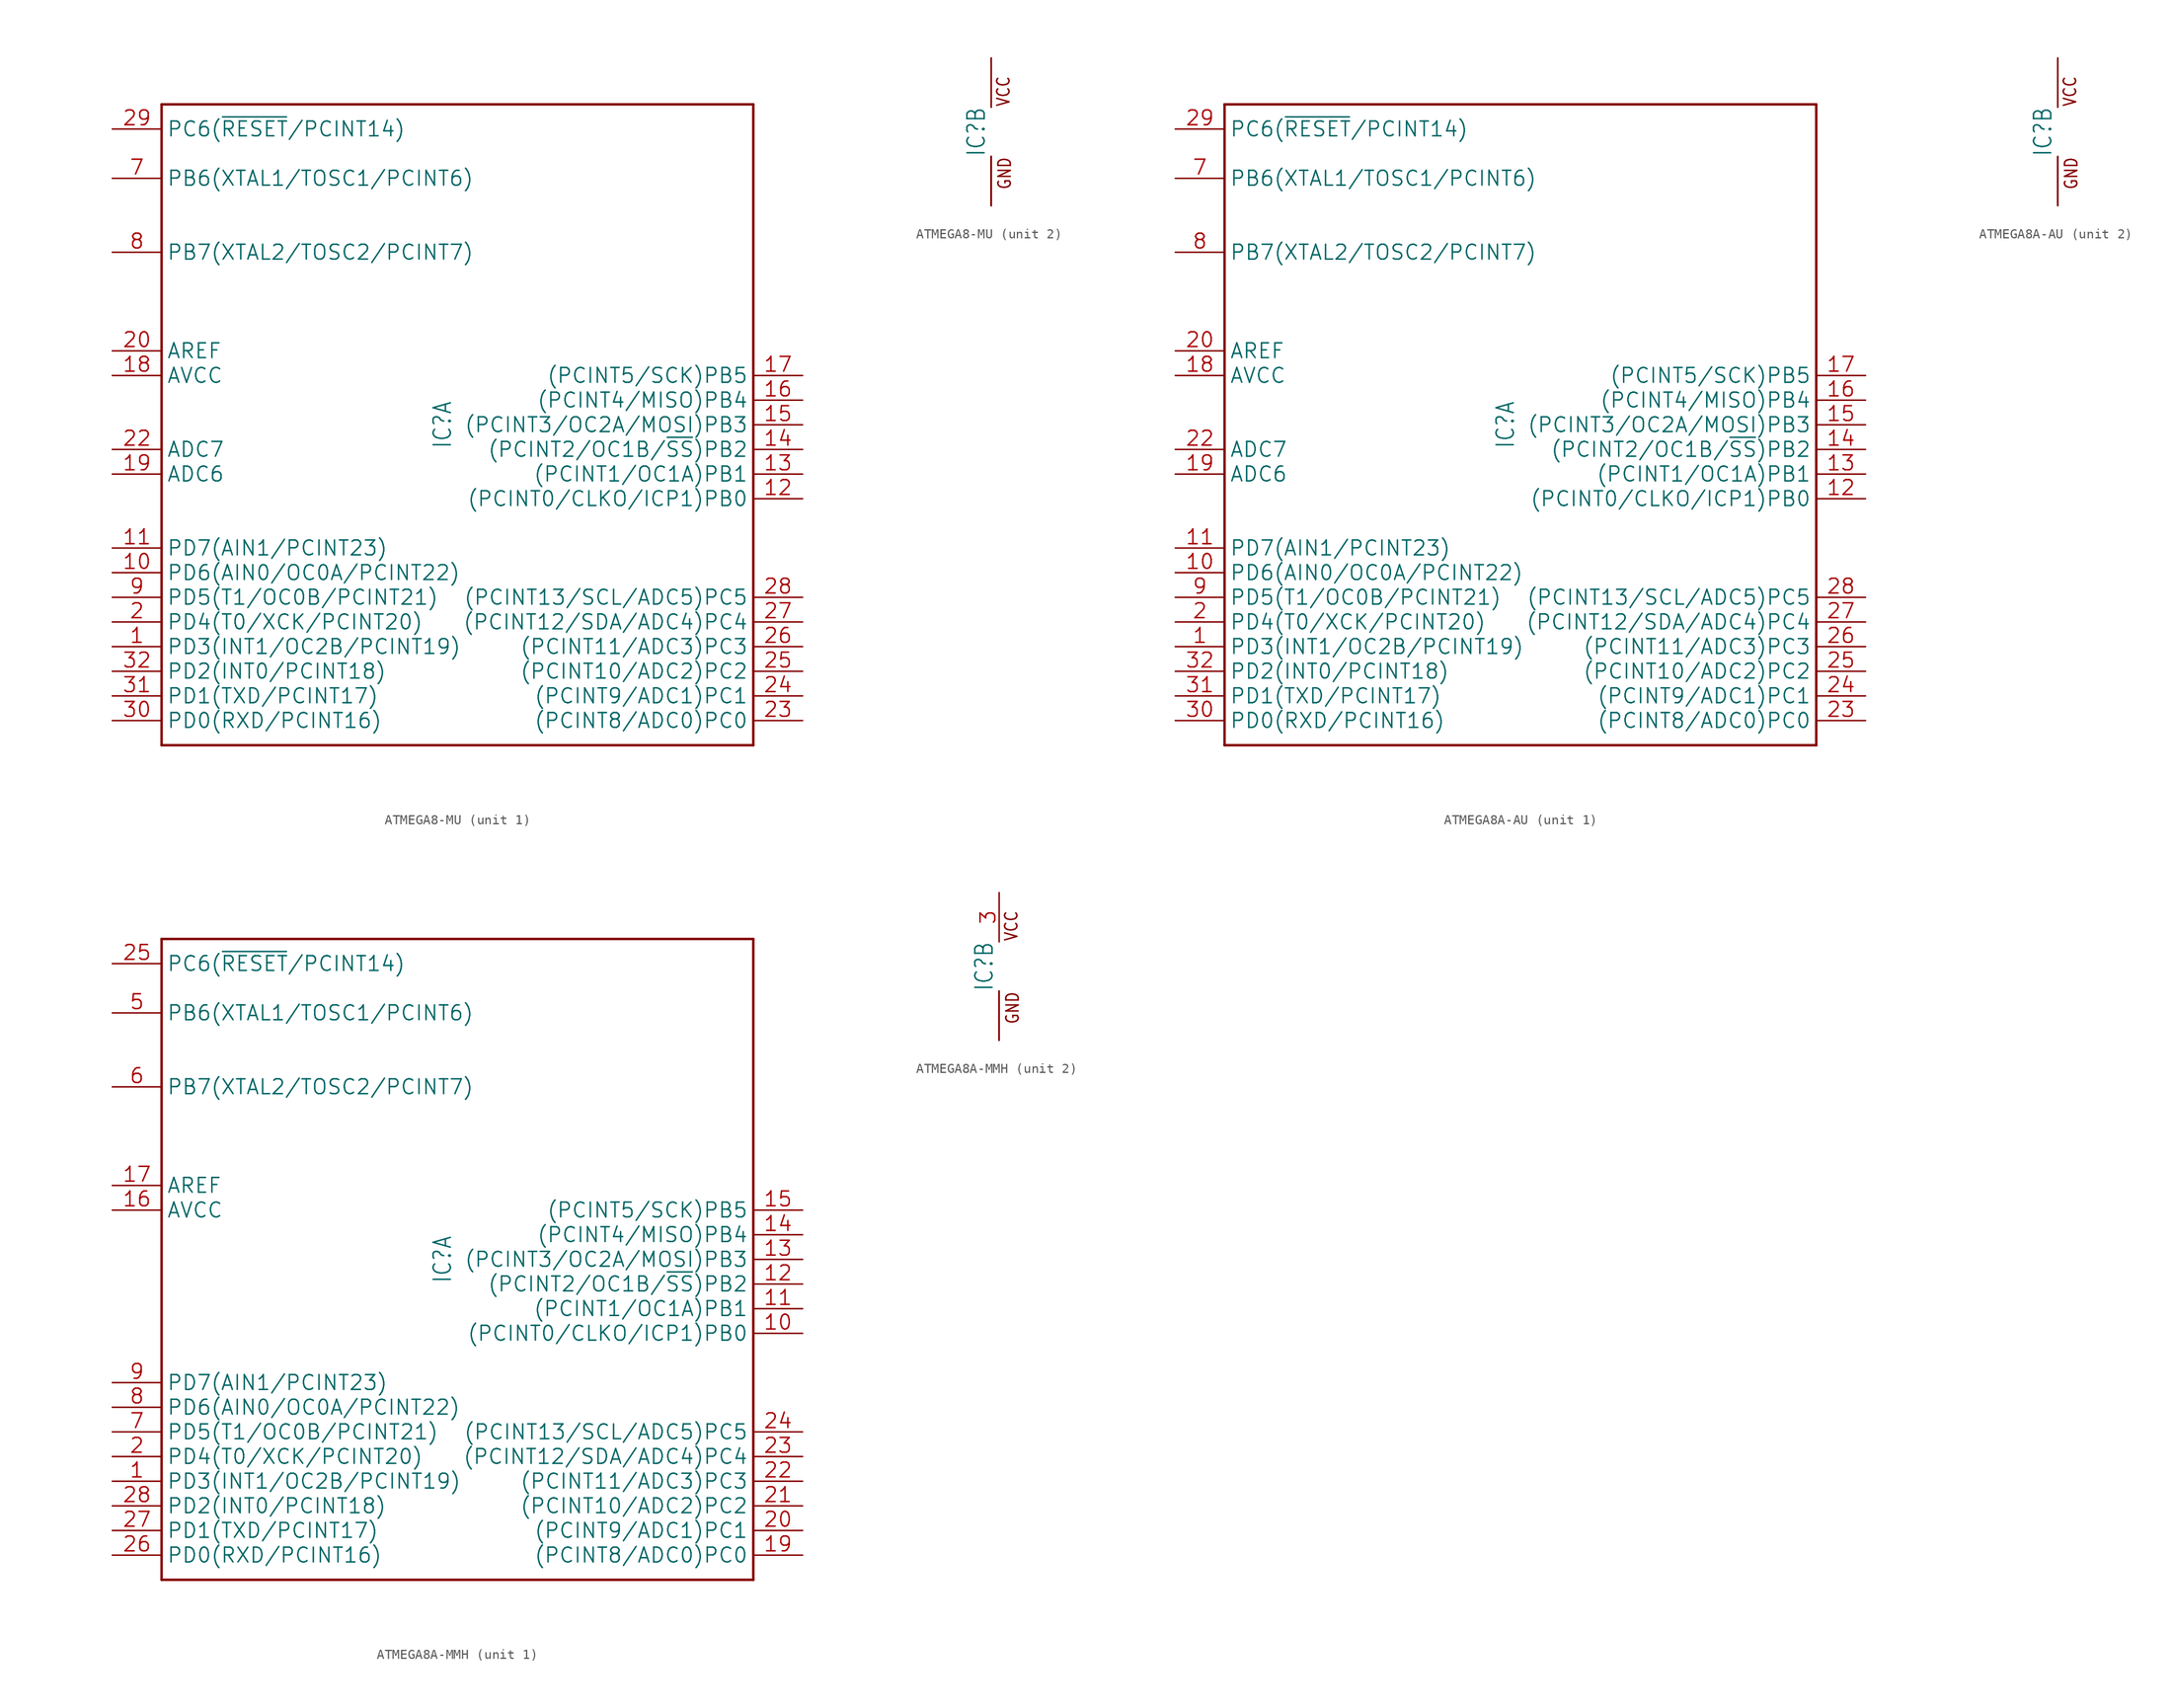
<source format=kicad_sym>
(kicad_symbol_lib
  (version 20241209)
  (generator "kicad_symbol_editor")
  (generator_version "9.0")
  (symbol "ATMEGA8-MU"
    (property "Reference" "IC"
      (at -0.508 0 90)
      (effects (font (size 1.778 1.511)) (justify bottom)))
    (property "ki_locked" ""
      (at 0 0 0)
      (effects (font (size 1.27 1.27))))
    (symbol "ATMEGA8-MU_1_0"
      (polyline (pts (xy -30.48 33.02) (xy 30.48 33.02)) (stroke (width 0.254) (type solid)) (fill (type none)))
      (polyline (pts (xy -30.48 -33.02) (xy -30.48 33.02)) (stroke (width 0.254) (type solid)) (fill (type none)))
      (polyline (pts (xy 30.48 33.02) (xy 30.48 -33.02)) (stroke (width 0.254) (type solid)) (fill (type none)))
      (polyline (pts (xy 30.48 -33.02) (xy -30.48 -33.02)) (stroke (width 0.254) (type solid)) (fill (type none)))
      (pin bidirectional line (at -35.56 30.48 0) (length 5.08) (name "PC6(~{RESET}/PCINT14)" (effects (font (size 1.524 1.524)))) (number "29" (effects (font (size 1.524 1.524)))))
      (pin bidirectional line (at -35.56 25.4 0) (length 5.08) (name "PB6(XTAL1/TOSC1/PCINT6)" (effects (font (size 1.524 1.524)))) (number "7" (effects (font (size 1.524 1.524)))))
      (pin bidirectional line (at -35.56 17.78 0) (length 5.08) (name "PB7(XTAL2/TOSC2/PCINT7)" (effects (font (size 1.524 1.524)))) (number "8" (effects (font (size 1.524 1.524)))))
      (pin passive line (at -35.56 7.62 0) (length 5.08) (name "AREF" (effects (font (size 1.524 1.524)))) (number "20" (effects (font (size 1.524 1.524)))))
      (pin power_in line (at -35.56 5.08 0) (length 5.08) (name "AVCC" (effects (font (size 1.524 1.524)))) (number "18" (effects (font (size 1.524 1.524)))))
      (pin bidirectional line (at -35.56 -2.54 0) (length 5.08) (name "ADC7" (effects (font (size 1.524 1.524)))) (number "22" (effects (font (size 1.524 1.524)))))
      (pin bidirectional line (at -35.56 -5.08 0) (length 5.08) (name "ADC6" (effects (font (size 1.524 1.524)))) (number "19" (effects (font (size 1.524 1.524)))))
      (pin bidirectional line (at -35.56 -12.7 0) (length 5.08) (name "PD7(AIN1/PCINT23)" (effects (font (size 1.524 1.524)))) (number "11" (effects (font (size 1.524 1.524)))))
      (pin bidirectional line (at -35.56 -15.24 0) (length 5.08) (name "PD6(AIN0/OC0A/PCINT22)" (effects (font (size 1.524 1.524)))) (number "10" (effects (font (size 1.524 1.524)))))
      (pin bidirectional line (at -35.56 -17.78 0) (length 5.08) (name "PD5(T1/OC0B/PCINT21)" (effects (font (size 1.524 1.524)))) (number "9" (effects (font (size 1.524 1.524)))))
      (pin bidirectional line (at -35.56 -20.32 0) (length 5.08) (name "PD4(T0/XCK/PCINT20)" (effects (font (size 1.524 1.524)))) (number "2" (effects (font (size 1.524 1.524)))))
      (pin bidirectional line (at -35.56 -22.86 0) (length 5.08) (name "PD3(INT1/OC2B/PCINT19)" (effects (font (size 1.524 1.524)))) (number "1" (effects (font (size 1.524 1.524)))))
      (pin bidirectional line (at -35.56 -25.4 0) (length 5.08) (name "PD2(INT0/PCINT18)" (effects (font (size 1.524 1.524)))) (number "32" (effects (font (size 1.524 1.524)))))
      (pin bidirectional line (at -35.56 -27.94 0) (length 5.08) (name "PD1(TXD/PCINT17)" (effects (font (size 1.524 1.524)))) (number "31" (effects (font (size 1.524 1.524)))))
      (pin bidirectional line (at -35.56 -30.48 0) (length 5.08) (name "PD0(RXD/PCINT16)" (effects (font (size 1.524 1.524)))) (number "30" (effects (font (size 1.524 1.524)))))
      (pin bidirectional line (at 35.56 5.08 180) (length 5.08) (name "(PCINT5/SCK)PB5" (effects (font (size 1.524 1.524)))) (number "17" (effects (font (size 1.524 1.524)))))
      (pin bidirectional line (at 35.56 2.54 180) (length 5.08) (name "(PCINT4/MISO)PB4" (effects (font (size 1.524 1.524)))) (number "16" (effects (font (size 1.524 1.524)))))
      (pin bidirectional line (at 35.56 0 180) (length 5.08) (name "(PCINT3/OC2A/MOSI)PB3" (effects (font (size 1.524 1.524)))) (number "15" (effects (font (size 1.524 1.524)))))
      (pin bidirectional line (at 35.56 -2.54 180) (length 5.08) (name "(PCINT2/OC1B/~{SS})PB2" (effects (font (size 1.524 1.524)))) (number "14" (effects (font (size 1.524 1.524)))))
      (pin bidirectional line (at 35.56 -5.08 180) (length 5.08) (name "(PCINT1/OC1A)PB1" (effects (font (size 1.524 1.524)))) (number "13" (effects (font (size 1.524 1.524)))))
      (pin bidirectional line (at 35.56 -7.62 180) (length 5.08) (name "(PCINT0/CLKO/ICP1)PB0" (effects (font (size 1.524 1.524)))) (number "12" (effects (font (size 1.524 1.524)))))
      (pin bidirectional line (at 35.56 -17.78 180) (length 5.08) (name "(PCINT13/SCL/ADC5)PC5" (effects (font (size 1.524 1.524)))) (number "28" (effects (font (size 1.524 1.524)))))
      (pin bidirectional line (at 35.56 -20.32 180) (length 5.08) (name "(PCINT12/SDA/ADC4)PC4" (effects (font (size 1.524 1.524)))) (number "27" (effects (font (size 1.524 1.524)))))
      (pin bidirectional line (at 35.56 -22.86 180) (length 5.08) (name "(PCINT11/ADC3)PC3" (effects (font (size 1.524 1.524)))) (number "26" (effects (font (size 1.524 1.524)))))
      (pin bidirectional line (at 35.56 -25.4 180) (length 5.08) (name "(PCINT10/ADC2)PC2" (effects (font (size 1.524 1.524)))) (number "25" (effects (font (size 1.524 1.524)))))
      (pin bidirectional line (at 35.56 -27.94 180) (length 5.08) (name "(PCINT9/ADC1)PC1" (effects (font (size 1.524 1.524)))) (number "24" (effects (font (size 1.524 1.524)))))
      (pin bidirectional line (at 35.56 -30.48 180) (length 5.08) (name "(PCINT8/ADC0)PC0" (effects (font (size 1.524 1.524)))) (number "23" (effects (font (size 1.524 1.524))))))
    (symbol "ATMEGA8-MU_2_0"
      (text "VCC" (at 0.508 2.54 900) (effects (font (size 1.27 1.079)) (justify left top)))
      (text "GND" (at 0.635 -2.54 900) (effects (font (size 1.27 1.079)) (justify right top)))
      (pin power_in line (at 0 7.62 270) (length 5.08) (name "VCC" (effects (font (size 0 0)))) (number "4" (effects (font (size 0 0)))))
      (pin power_in line (at 0 7.62 270) (length 5.08) (name "VCC" (effects (font (size 0 0)))) (number "6" (effects (font (size 0 0)))))
      (pin power_in line (at 0 -7.62 90) (length 5.08) (name "GND" (effects (font (size 0 0)))) (number "21" (effects (font (size 0 0)))))
      (pin power_in line (at 0 -7.62 90) (length 5.08) (name "GND" (effects (font (size 0 0)))) (number "3" (effects (font (size 0 0)))))
      (pin power_in line (at 0 -7.62 90) (length 5.08) (name "GND" (effects (font (size 0 0)))) (number "5" (effects (font (size 0 0)))))
      (pin power_in line (at 0 -7.62 90) (length 5.08) (name "GND" (effects (font (size 0 0)))) (number "EXP" (effects (font (size 0 0)))))))
  (symbol "ATMEGA8A-AU"
    (property "Reference" "IC"
      (at -0.508 0 90)
      (effects (font (size 1.778 1.511)) (justify bottom)))
    (property "ki_locked" ""
      (at 0 0 0)
      (effects (font (size 1.27 1.27))))
    (symbol "ATMEGA8A-AU_1_0"
      (polyline (pts (xy -30.48 33.02) (xy 30.48 33.02)) (stroke (width 0.254) (type solid)) (fill (type none)))
      (polyline (pts (xy -30.48 -33.02) (xy -30.48 33.02)) (stroke (width 0.254) (type solid)) (fill (type none)))
      (polyline (pts (xy 30.48 33.02) (xy 30.48 -33.02)) (stroke (width 0.254) (type solid)) (fill (type none)))
      (polyline (pts (xy 30.48 -33.02) (xy -30.48 -33.02)) (stroke (width 0.254) (type solid)) (fill (type none)))
      (pin bidirectional line (at -35.56 30.48 0) (length 5.08) (name "PC6(~{RESET}/PCINT14)" (effects (font (size 1.524 1.524)))) (number "29" (effects (font (size 1.524 1.524)))))
      (pin bidirectional line (at -35.56 25.4 0) (length 5.08) (name "PB6(XTAL1/TOSC1/PCINT6)" (effects (font (size 1.524 1.524)))) (number "7" (effects (font (size 1.524 1.524)))))
      (pin bidirectional line (at -35.56 17.78 0) (length 5.08) (name "PB7(XTAL2/TOSC2/PCINT7)" (effects (font (size 1.524 1.524)))) (number "8" (effects (font (size 1.524 1.524)))))
      (pin passive line (at -35.56 7.62 0) (length 5.08) (name "AREF" (effects (font (size 1.524 1.524)))) (number "20" (effects (font (size 1.524 1.524)))))
      (pin power_in line (at -35.56 5.08 0) (length 5.08) (name "AVCC" (effects (font (size 1.524 1.524)))) (number "18" (effects (font (size 1.524 1.524)))))
      (pin bidirectional line (at -35.56 -2.54 0) (length 5.08) (name "ADC7" (effects (font (size 1.524 1.524)))) (number "22" (effects (font (size 1.524 1.524)))))
      (pin bidirectional line (at -35.56 -5.08 0) (length 5.08) (name "ADC6" (effects (font (size 1.524 1.524)))) (number "19" (effects (font (size 1.524 1.524)))))
      (pin bidirectional line (at -35.56 -12.7 0) (length 5.08) (name "PD7(AIN1/PCINT23)" (effects (font (size 1.524 1.524)))) (number "11" (effects (font (size 1.524 1.524)))))
      (pin bidirectional line (at -35.56 -15.24 0) (length 5.08) (name "PD6(AIN0/OC0A/PCINT22)" (effects (font (size 1.524 1.524)))) (number "10" (effects (font (size 1.524 1.524)))))
      (pin bidirectional line (at -35.56 -17.78 0) (length 5.08) (name "PD5(T1/OC0B/PCINT21)" (effects (font (size 1.524 1.524)))) (number "9" (effects (font (size 1.524 1.524)))))
      (pin bidirectional line (at -35.56 -20.32 0) (length 5.08) (name "PD4(T0/XCK/PCINT20)" (effects (font (size 1.524 1.524)))) (number "2" (effects (font (size 1.524 1.524)))))
      (pin bidirectional line (at -35.56 -22.86 0) (length 5.08) (name "PD3(INT1/OC2B/PCINT19)" (effects (font (size 1.524 1.524)))) (number "1" (effects (font (size 1.524 1.524)))))
      (pin bidirectional line (at -35.56 -25.4 0) (length 5.08) (name "PD2(INT0/PCINT18)" (effects (font (size 1.524 1.524)))) (number "32" (effects (font (size 1.524 1.524)))))
      (pin bidirectional line (at -35.56 -27.94 0) (length 5.08) (name "PD1(TXD/PCINT17)" (effects (font (size 1.524 1.524)))) (number "31" (effects (font (size 1.524 1.524)))))
      (pin bidirectional line (at -35.56 -30.48 0) (length 5.08) (name "PD0(RXD/PCINT16)" (effects (font (size 1.524 1.524)))) (number "30" (effects (font (size 1.524 1.524)))))
      (pin bidirectional line (at 35.56 5.08 180) (length 5.08) (name "(PCINT5/SCK)PB5" (effects (font (size 1.524 1.524)))) (number "17" (effects (font (size 1.524 1.524)))))
      (pin bidirectional line (at 35.56 2.54 180) (length 5.08) (name "(PCINT4/MISO)PB4" (effects (font (size 1.524 1.524)))) (number "16" (effects (font (size 1.524 1.524)))))
      (pin bidirectional line (at 35.56 0 180) (length 5.08) (name "(PCINT3/OC2A/MOSI)PB3" (effects (font (size 1.524 1.524)))) (number "15" (effects (font (size 1.524 1.524)))))
      (pin bidirectional line (at 35.56 -2.54 180) (length 5.08) (name "(PCINT2/OC1B/~{SS})PB2" (effects (font (size 1.524 1.524)))) (number "14" (effects (font (size 1.524 1.524)))))
      (pin bidirectional line (at 35.56 -5.08 180) (length 5.08) (name "(PCINT1/OC1A)PB1" (effects (font (size 1.524 1.524)))) (number "13" (effects (font (size 1.524 1.524)))))
      (pin bidirectional line (at 35.56 -7.62 180) (length 5.08) (name "(PCINT0/CLKO/ICP1)PB0" (effects (font (size 1.524 1.524)))) (number "12" (effects (font (size 1.524 1.524)))))
      (pin bidirectional line (at 35.56 -17.78 180) (length 5.08) (name "(PCINT13/SCL/ADC5)PC5" (effects (font (size 1.524 1.524)))) (number "28" (effects (font (size 1.524 1.524)))))
      (pin bidirectional line (at 35.56 -20.32 180) (length 5.08) (name "(PCINT12/SDA/ADC4)PC4" (effects (font (size 1.524 1.524)))) (number "27" (effects (font (size 1.524 1.524)))))
      (pin bidirectional line (at 35.56 -22.86 180) (length 5.08) (name "(PCINT11/ADC3)PC3" (effects (font (size 1.524 1.524)))) (number "26" (effects (font (size 1.524 1.524)))))
      (pin bidirectional line (at 35.56 -25.4 180) (length 5.08) (name "(PCINT10/ADC2)PC2" (effects (font (size 1.524 1.524)))) (number "25" (effects (font (size 1.524 1.524)))))
      (pin bidirectional line (at 35.56 -27.94 180) (length 5.08) (name "(PCINT9/ADC1)PC1" (effects (font (size 1.524 1.524)))) (number "24" (effects (font (size 1.524 1.524)))))
      (pin bidirectional line (at 35.56 -30.48 180) (length 5.08) (name "(PCINT8/ADC0)PC0" (effects (font (size 1.524 1.524)))) (number "23" (effects (font (size 1.524 1.524))))))
    (symbol "ATMEGA8A-AU_2_0"
      (text "VCC" (at 0.508 2.54 900) (effects (font (size 1.27 1.079)) (justify left top)))
      (text "GND" (at 0.635 -2.54 900) (effects (font (size 1.27 1.079)) (justify right top)))
      (pin power_in line (at 0 7.62 270) (length 5.08) (name "VCC" (effects (font (size 0 0)))) (number "4" (effects (font (size 0 0)))))
      (pin power_in line (at 0 7.62 270) (length 5.08) (name "VCC" (effects (font (size 0 0)))) (number "6" (effects (font (size 0 0)))))
      (pin power_in line (at 0 -7.62 90) (length 5.08) (name "GND" (effects (font (size 0 0)))) (number "21" (effects (font (size 0 0)))))
      (pin power_in line (at 0 -7.62 90) (length 5.08) (name "GND" (effects (font (size 0 0)))) (number "3" (effects (font (size 0 0)))))
      (pin power_in line (at 0 -7.62 90) (length 5.08) (name "GND" (effects (font (size 0 0)))) (number "5" (effects (font (size 0 0)))))))
  (symbol "ATMEGA8A-MMH"
    (property "Reference" "IC"
      (at -0.508 0 90)
      (effects (font (size 1.778 1.511)) (justify bottom)))
    (property "ki_locked" ""
      (at 0 0 0)
      (effects (font (size 1.27 1.27))))
    (symbol "ATMEGA8A-MMH_1_0"
      (polyline (pts (xy -30.48 33.02) (xy 30.48 33.02)) (stroke (width 0.254) (type solid)) (fill (type none)))
      (polyline (pts (xy -30.48 -33.02) (xy -30.48 33.02)) (stroke (width 0.254) (type solid)) (fill (type none)))
      (polyline (pts (xy 30.48 33.02) (xy 30.48 -33.02)) (stroke (width 0.254) (type solid)) (fill (type none)))
      (polyline (pts (xy 30.48 -33.02) (xy -30.48 -33.02)) (stroke (width 0.254) (type solid)) (fill (type none)))
      (pin bidirectional line (at -35.56 30.48 0) (length 5.08) (name "PC6(~{RESET}/PCINT14)" (effects (font (size 1.524 1.524)))) (number "25" (effects (font (size 1.524 1.524)))))
      (pin bidirectional line (at -35.56 25.4 0) (length 5.08) (name "PB6(XTAL1/TOSC1/PCINT6)" (effects (font (size 1.524 1.524)))) (number "5" (effects (font (size 1.524 1.524)))))
      (pin bidirectional line (at -35.56 17.78 0) (length 5.08) (name "PB7(XTAL2/TOSC2/PCINT7)" (effects (font (size 1.524 1.524)))) (number "6" (effects (font (size 1.524 1.524)))))
      (pin passive line (at -35.56 7.62 0) (length 5.08) (name "AREF" (effects (font (size 1.524 1.524)))) (number "17" (effects (font (size 1.524 1.524)))))
      (pin power_in line (at -35.56 5.08 0) (length 5.08) (name "AVCC" (effects (font (size 1.524 1.524)))) (number "16" (effects (font (size 1.524 1.524)))))
      (pin bidirectional line (at -35.56 -12.7 0) (length 5.08) (name "PD7(AIN1/PCINT23)" (effects (font (size 1.524 1.524)))) (number "9" (effects (font (size 1.524 1.524)))))
      (pin bidirectional line (at -35.56 -15.24 0) (length 5.08) (name "PD6(AIN0/OC0A/PCINT22)" (effects (font (size 1.524 1.524)))) (number "8" (effects (font (size 1.524 1.524)))))
      (pin bidirectional line (at -35.56 -17.78 0) (length 5.08) (name "PD5(T1/OC0B/PCINT21)" (effects (font (size 1.524 1.524)))) (number "7" (effects (font (size 1.524 1.524)))))
      (pin bidirectional line (at -35.56 -20.32 0) (length 5.08) (name "PD4(T0/XCK/PCINT20)" (effects (font (size 1.524 1.524)))) (number "2" (effects (font (size 1.524 1.524)))))
      (pin bidirectional line (at -35.56 -22.86 0) (length 5.08) (name "PD3(INT1/OC2B/PCINT19)" (effects (font (size 1.524 1.524)))) (number "1" (effects (font (size 1.524 1.524)))))
      (pin bidirectional line (at -35.56 -25.4 0) (length 5.08) (name "PD2(INT0/PCINT18)" (effects (font (size 1.524 1.524)))) (number "28" (effects (font (size 1.524 1.524)))))
      (pin bidirectional line (at -35.56 -27.94 0) (length 5.08) (name "PD1(TXD/PCINT17)" (effects (font (size 1.524 1.524)))) (number "27" (effects (font (size 1.524 1.524)))))
      (pin bidirectional line (at -35.56 -30.48 0) (length 5.08) (name "PD0(RXD/PCINT16)" (effects (font (size 1.524 1.524)))) (number "26" (effects (font (size 1.524 1.524)))))
      (pin bidirectional line (at 35.56 5.08 180) (length 5.08) (name "(PCINT5/SCK)PB5" (effects (font (size 1.524 1.524)))) (number "15" (effects (font (size 1.524 1.524)))))
      (pin bidirectional line (at 35.56 2.54 180) (length 5.08) (name "(PCINT4/MISO)PB4" (effects (font (size 1.524 1.524)))) (number "14" (effects (font (size 1.524 1.524)))))
      (pin bidirectional line (at 35.56 0 180) (length 5.08) (name "(PCINT3/OC2A/MOSI)PB3" (effects (font (size 1.524 1.524)))) (number "13" (effects (font (size 1.524 1.524)))))
      (pin bidirectional line (at 35.56 -2.54 180) (length 5.08) (name "(PCINT2/OC1B/~{SS})PB2" (effects (font (size 1.524 1.524)))) (number "12" (effects (font (size 1.524 1.524)))))
      (pin bidirectional line (at 35.56 -5.08 180) (length 5.08) (name "(PCINT1/OC1A)PB1" (effects (font (size 1.524 1.524)))) (number "11" (effects (font (size 1.524 1.524)))))
      (pin bidirectional line (at 35.56 -7.62 180) (length 5.08) (name "(PCINT0/CLKO/ICP1)PB0" (effects (font (size 1.524 1.524)))) (number "10" (effects (font (size 1.524 1.524)))))
      (pin bidirectional line (at 35.56 -17.78 180) (length 5.08) (name "(PCINT13/SCL/ADC5)PC5" (effects (font (size 1.524 1.524)))) (number "24" (effects (font (size 1.524 1.524)))))
      (pin bidirectional line (at 35.56 -20.32 180) (length 5.08) (name "(PCINT12/SDA/ADC4)PC4" (effects (font (size 1.524 1.524)))) (number "23" (effects (font (size 1.524 1.524)))))
      (pin bidirectional line (at 35.56 -22.86 180) (length 5.08) (name "(PCINT11/ADC3)PC3" (effects (font (size 1.524 1.524)))) (number "22" (effects (font (size 1.524 1.524)))))
      (pin bidirectional line (at 35.56 -25.4 180) (length 5.08) (name "(PCINT10/ADC2)PC2" (effects (font (size 1.524 1.524)))) (number "21" (effects (font (size 1.524 1.524)))))
      (pin bidirectional line (at 35.56 -27.94 180) (length 5.08) (name "(PCINT9/ADC1)PC1" (effects (font (size 1.524 1.524)))) (number "20" (effects (font (size 1.524 1.524)))))
      (pin bidirectional line (at 35.56 -30.48 180) (length 5.08) (name "(PCINT8/ADC0)PC0" (effects (font (size 1.524 1.524)))) (number "19" (effects (font (size 1.524 1.524))))))
    (symbol "ATMEGA8A-MMH_2_0"
      (text "VCC" (at 0.508 2.54 900) (effects (font (size 1.27 1.079)) (justify left top)))
      (text "GND" (at 0.635 -2.54 900) (effects (font (size 1.27 1.079)) (justify right top)))
      (pin power_in line (at 0 7.62 270) (length 5.08) (name "VCC" (effects (font (size 0 0)))) (number "3" (effects (font (size 1.524 1.524)))))
      (pin power_in line (at 0 -7.62 90) (length 5.08) (name "GND" (effects (font (size 0 0)))) (number "18" (effects (font (size 0 0)))))
      (pin power_in line (at 0 -7.62 90) (length 5.08) (name "GND" (effects (font (size 0 0)))) (number "4" (effects (font (size 0 0)))))
      (pin power_in line (at 0 -7.62 90) (length 5.08) (name "GND" (effects (font (size 0 0)))) (number "EXP" (effects (font (size 0 0))))))))
</source>
